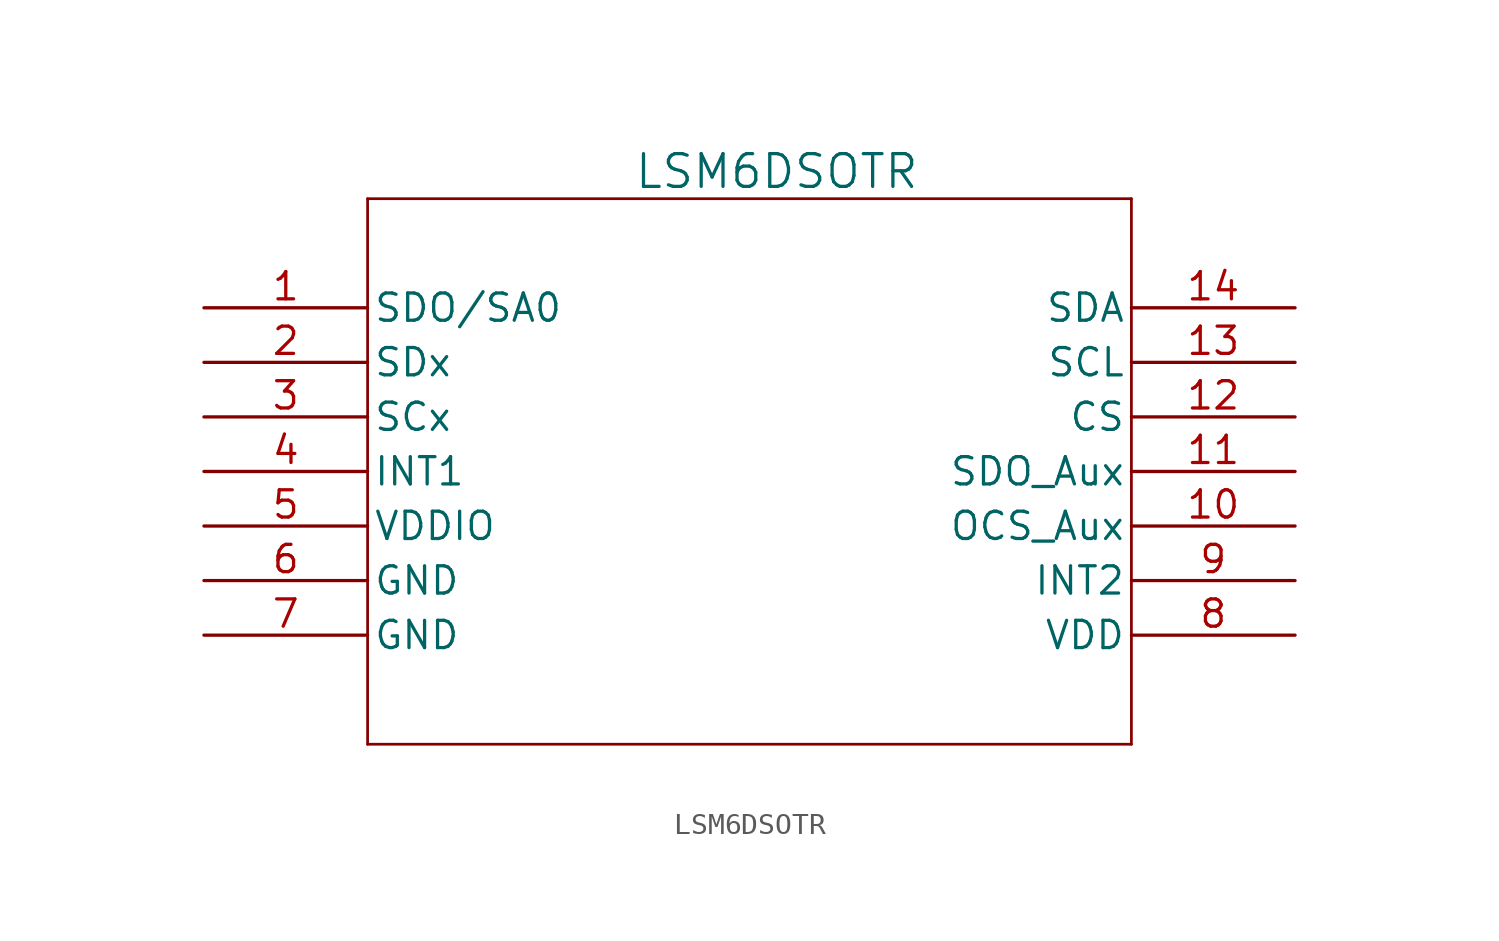
<source format=kicad_sym>
(kicad_symbol_lib
  (version 20220914)
  (generator kicad_symbol_editor)
  (symbol "LSM6DSOTR"
    (pin_names
      (offset 0.254))
    (property "Reference" "U"
      (at 25.4 10.16 0)
      (effects (font (size 1.524 1.524)) hide))
    (property "Value" "LSM6DSOTR"
      (at 26.67 6.35 0)
      (effects (font (size 1.524 1.524))))
    (symbol "LSM6DSOTR_0_1"
      (polyline (pts (xy 7.62 -20.32) (xy 43.18 -20.32)) (stroke (width 0.127) (type default)) (fill (type none)))
      (polyline (pts (xy 7.62 5.08) (xy 7.62 -20.32)) (stroke (width 0.127) (type default)) (fill (type none)))
      (polyline (pts (xy 43.18 -20.32) (xy 43.18 5.08)) (stroke (width 0.127) (type default)) (fill (type none)))
      (polyline (pts (xy 43.18 5.08) (xy 7.62 5.08)) (stroke (width 0.127) (type default)) (fill (type none)))
      (pin bidirectional line (at 0 0 0) (length 7.62) (name "SDO/SA0" (effects (font (size 1.27 1.27)))) (number "1" (effects (font (size 1.27 1.27)))))
      (pin bidirectional line (at 50.8 -10.16 180) (length 7.62) (name "OCS_Aux" (effects (font (size 1.27 1.27)))) (number "10" (effects (font (size 1.27 1.27)))))
      (pin bidirectional line (at 50.8 -7.62 180) (length 7.62) (name "SDO_Aux" (effects (font (size 1.27 1.27)))) (number "11" (effects (font (size 1.27 1.27)))))
      (pin input line (at 50.8 -5.08 180) (length 7.62) (name "CS" (effects (font (size 1.27 1.27)))) (number "12" (effects (font (size 1.27 1.27)))))
      (pin input line (at 50.8 -2.54 180) (length 7.62) (name "SCL" (effects (font (size 1.27 1.27)))) (number "13" (effects (font (size 1.27 1.27)))))
      (pin bidirectional line (at 50.8 0 180) (length 7.62) (name "SDA" (effects (font (size 1.27 1.27)))) (number "14" (effects (font (size 1.27 1.27)))))
      (pin bidirectional line (at 0 -2.54 0) (length 7.62) (name "SDx" (effects (font (size 1.27 1.27)))) (number "2" (effects (font (size 1.27 1.27)))))
      (pin bidirectional line (at 0 -5.08 0) (length 7.62) (name "SCx" (effects (font (size 1.27 1.27)))) (number "3" (effects (font (size 1.27 1.27)))))
      (pin output line (at 0 -7.62 0) (length 7.62) (name "INT1" (effects (font (size 1.27 1.27)))) (number "4" (effects (font (size 1.27 1.27)))))
      (pin power_in line (at 0 -10.16 0) (length 7.62) (name "VDDIO" (effects (font (size 1.27 1.27)))) (number "5" (effects (font (size 1.27 1.27)))))
      (pin power_out line (at 0 -12.7 0) (length 7.62) (name "GND" (effects (font (size 1.27 1.27)))) (number "6" (effects (font (size 1.27 1.27)))))
      (pin power_out line (at 0 -15.24 0) (length 7.62) (name "GND" (effects (font (size 1.27 1.27)))) (number "7" (effects (font (size 1.27 1.27)))))
      (pin power_in line (at 50.8 -15.24 180) (length 7.62) (name "VDD" (effects (font (size 1.27 1.27)))) (number "8" (effects (font (size 1.27 1.27)))))
      (pin output line (at 50.8 -12.7 180) (length 7.62) (name "INT2" (effects (font (size 1.27 1.27)))) (number "9" (effects (font (size 1.27 1.27))))))))
</source>
